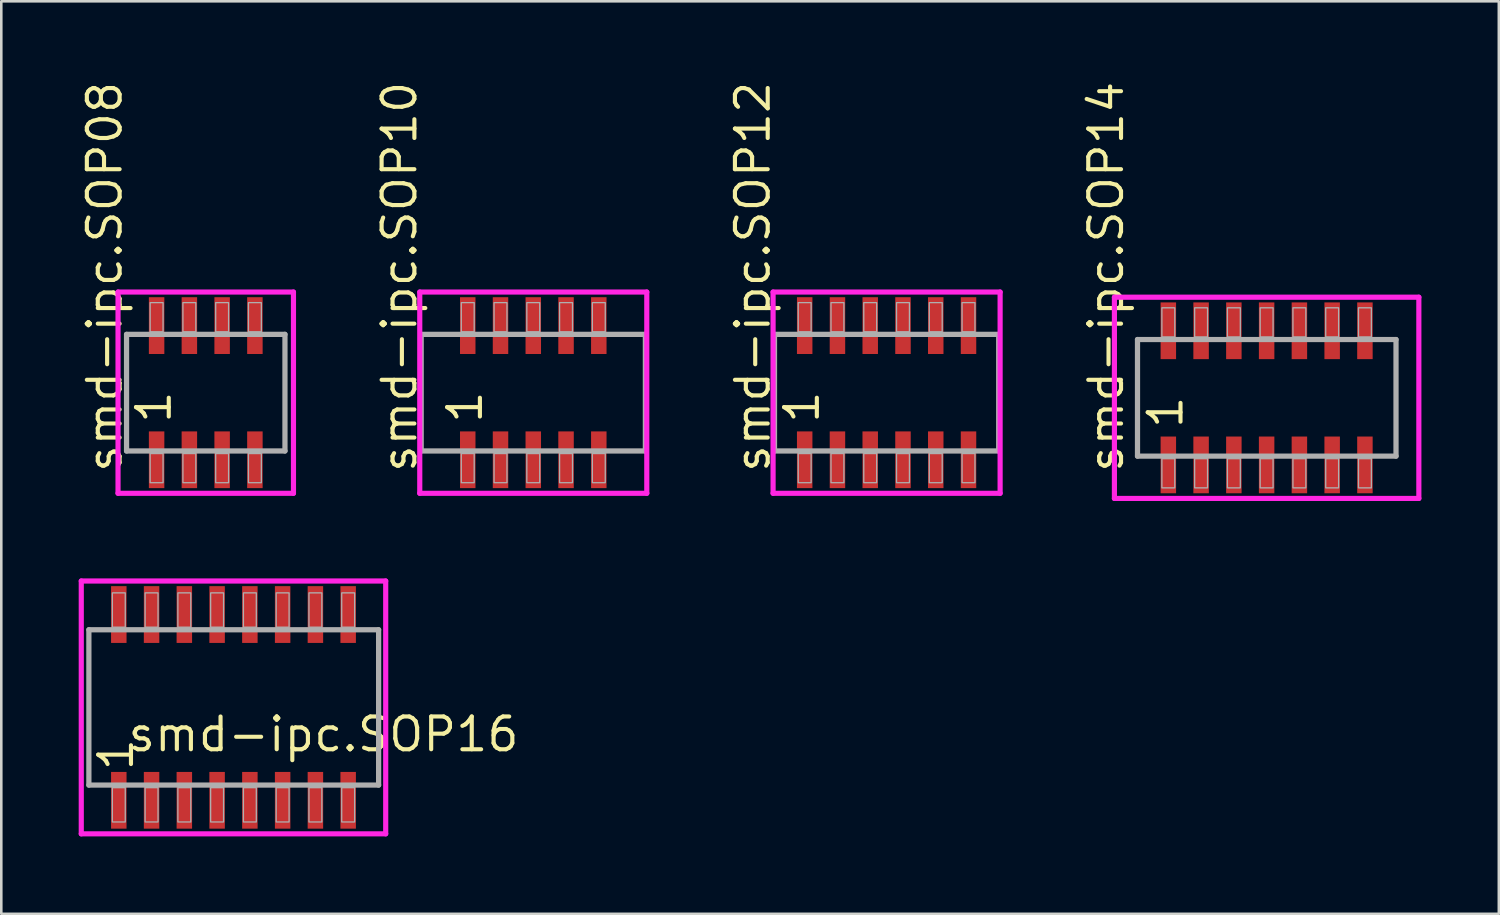
<source format=kicad_pcb>
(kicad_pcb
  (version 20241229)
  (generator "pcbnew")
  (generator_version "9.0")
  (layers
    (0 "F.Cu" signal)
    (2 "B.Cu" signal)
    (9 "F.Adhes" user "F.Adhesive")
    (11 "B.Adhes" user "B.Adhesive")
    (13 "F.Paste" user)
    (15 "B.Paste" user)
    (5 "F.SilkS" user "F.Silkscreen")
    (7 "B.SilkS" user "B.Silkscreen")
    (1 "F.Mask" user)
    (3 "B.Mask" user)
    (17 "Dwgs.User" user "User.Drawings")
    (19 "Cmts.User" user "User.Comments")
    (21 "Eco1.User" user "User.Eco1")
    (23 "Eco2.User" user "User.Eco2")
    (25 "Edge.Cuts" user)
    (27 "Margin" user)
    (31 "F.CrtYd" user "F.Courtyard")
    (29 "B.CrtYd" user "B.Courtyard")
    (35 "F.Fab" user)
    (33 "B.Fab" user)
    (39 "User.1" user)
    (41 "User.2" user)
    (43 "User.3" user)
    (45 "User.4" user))
  (footprint "smd-ipc.SOP16"
    (layer "F.Cu")
    (at 6 24.37)
    (property "Reference" "smd-ipc.SOP16" (at -4.175 1.785 0) (layer "F.SilkS") (effects (font (size 1.27 1.27) (thickness 0.16)) (justify left bottom)))
    (attr smd)
    (fp_line (start -5.9 -4.9) (end 5.9 -4.9) (stroke (width 0.2) (type default)) (layer "F.CrtYd"))
    (fp_line (start -5.9 4.9) (end -5.9 -4.9) (stroke (width 0.2) (type default)) (layer "F.CrtYd"))
    (fp_line (start 5.9 -4.9) (end 5.9 4.9) (stroke (width 0.2) (type default)) (layer "F.CrtYd"))
    (fp_line (start 5.9 4.9) (end -5.9 4.9) (stroke (width 0.2) (type default)) (layer "F.CrtYd"))
    (fp_line (start -5.605 -3.01) (end 5.625 -3.01) (stroke (width 0.203) (type default)) (layer "F.Fab"))
    (fp_line (start -5.605 3.01) (end -5.605 -3.01) (stroke (width 0.203) (type default)) (layer "F.Fab"))
    (fp_line (start 5.625 -3.01) (end 5.625 3.01) (stroke (width 0.203) (type default)) (layer "F.Fab"))
    (fp_line (start 5.625 3.01) (end -5.605 3.01) (stroke (width 0.203) (type default)) (layer "F.Fab"))
    (fp_rect (start -4.695 -3.11) (end -4.195 -4.44) (stroke (width 0.05) (type default)) (fill no) (layer "F.Fab"))
    (fp_rect (start -4.695 4.44) (end -4.195 3.11) (stroke (width 0.05) (type default)) (fill no) (layer "F.Fab"))
    (fp_rect (start -3.425 -3.11) (end -2.925 -4.44) (stroke (width 0.05) (type default)) (fill no) (layer "F.Fab"))
    (fp_rect (start -3.425 4.44) (end -2.925 3.11) (stroke (width 0.05) (type default)) (fill no) (layer "F.Fab"))
    (fp_rect (start -2.155 -3.11) (end -1.655 -4.44) (stroke (width 0.05) (type default)) (fill no) (layer "F.Fab"))
    (fp_rect (start -2.155 4.44) (end -1.655 3.11) (stroke (width 0.05) (type default)) (fill no) (layer "F.Fab"))
    (fp_rect (start -0.885 -3.11) (end -0.385 -4.44) (stroke (width 0.05) (type default)) (fill no) (layer "F.Fab"))
    (fp_rect (start -0.885 4.44) (end -0.385 3.11) (stroke (width 0.05) (type default)) (fill no) (layer "F.Fab"))
    (fp_rect (start 0.385 -3.11) (end 0.885 -4.44) (stroke (width 0.05) (type default)) (fill no) (layer "F.Fab"))
    (fp_rect (start 0.385 4.44) (end 0.885 3.11) (stroke (width 0.05) (type default)) (fill no) (layer "F.Fab"))
    (fp_rect (start 1.655 -3.11) (end 2.155 -4.44) (stroke (width 0.05) (type default)) (fill no) (layer "F.Fab"))
    (fp_rect (start 1.655 4.44) (end 2.155 3.11) (stroke (width 0.05) (type default)) (fill no) (layer "F.Fab"))
    (fp_rect (start 2.925 -3.11) (end 3.425 -4.44) (stroke (width 0.05) (type default)) (fill no) (layer "F.Fab"))
    (fp_rect (start 2.925 4.44) (end 3.425 3.11) (stroke (width 0.05) (type default)) (fill no) (layer "F.Fab"))
    (fp_rect (start 4.195 -3.11) (end 4.695 -4.44) (stroke (width 0.05) (type default)) (fill no) (layer "F.Fab"))
    (fp_rect (start 4.195 4.44) (end 4.695 3.11) (stroke (width 0.05) (type default)) (fill no) (layer "F.Fab"))
    (fp_text user "1" (at -3.81 2.54 90) (layer "F.SilkS") (effects (font (size 1.27 1.27) (thickness 0.16)) (justify left bottom)))
    (pad "1" smd roundrect (at -4.445 3.6) (size 0.6 2.2) (layers "F.Cu" "F.Mask" "F.Paste") (roundrect_rratio 0.01))
    (pad "2" smd roundrect (at -3.175 3.6) (size 0.6 2.2) (layers "F.Cu" "F.Mask" "F.Paste") (roundrect_rratio 0.01))
    (pad "3" smd roundrect (at -1.905 3.6) (size 0.6 2.2) (layers "F.Cu" "F.Mask" "F.Paste") (roundrect_rratio 0.01))
    (pad "4" smd roundrect (at -0.635 3.6) (size 0.6 2.2) (layers "F.Cu" "F.Mask" "F.Paste") (roundrect_rratio 0.01))
    (pad "5" smd roundrect (at 0.635 3.6) (size 0.6 2.2) (layers "F.Cu" "F.Mask" "F.Paste") (roundrect_rratio 0.01))
    (pad "6" smd roundrect (at 1.905 3.6) (size 0.6 2.2) (layers "F.Cu" "F.Mask" "F.Paste") (roundrect_rratio 0.01))
    (pad "7" smd roundrect (at 3.175 3.6) (size 0.6 2.2) (layers "F.Cu" "F.Mask" "F.Paste") (roundrect_rratio 0.01))
    (pad "8" smd roundrect (at 4.445 3.6) (size 0.6 2.2) (layers "F.Cu" "F.Mask" "F.Paste") (roundrect_rratio 0.01))
    (pad "9" smd roundrect (at 4.445 -3.6) (size 0.6 2.2) (layers "F.Cu" "F.Mask" "F.Paste") (roundrect_rratio 0.01))
    (pad "10" smd roundrect (at 3.175 -3.6) (size 0.6 2.2) (layers "F.Cu" "F.Mask" "F.Paste") (roundrect_rratio 0.01))
    (pad "11" smd roundrect (at 1.905 -3.6) (size 0.6 2.2) (layers "F.Cu" "F.Mask" "F.Paste") (roundrect_rratio 0.01))
    (pad "12" smd roundrect (at 0.635 -3.6) (size 0.6 2.2) (layers "F.Cu" "F.Mask" "F.Paste") (roundrect_rratio 0.01))
    (pad "13" smd roundrect (at -0.635 -3.6) (size 0.6 2.2) (layers "F.Cu" "F.Mask" "F.Paste") (roundrect_rratio 0.01))
    (pad "14" smd roundrect (at -1.905 -3.6) (size 0.6 2.2) (layers "F.Cu" "F.Mask" "F.Paste") (roundrect_rratio 0.01))
    (pad "15" smd roundrect (at -3.175 -3.6) (size 0.6 2.2) (layers "F.Cu" "F.Mask" "F.Paste") (roundrect_rratio 0.01))
    (pad "16" smd roundrect (at -4.445 -3.6) (size 0.6 2.2) (layers "F.Cu" "F.Mask" "F.Paste") (roundrect_rratio 0.01)))
  (footprint "smd-ipc.SOP12"
    (layer "F.Cu")
    (at 31.315 12.17)
    (property "Reference" "smd-ipc.SOP12" (at -4.445 3.175 90) (layer "F.SilkS") (effects (font (size 1.27 1.27) (thickness 0.16)) (justify left bottom)))
    (attr smd)
    (fp_line (start -4.4 -3.9) (end 4.4 -3.9) (stroke (width 0.2) (type default)) (layer "F.CrtYd"))
    (fp_line (start -4.4 3.9) (end -4.4 -3.9) (stroke (width 0.2) (type default)) (layer "F.CrtYd"))
    (fp_line (start 4.4 -3.9) (end 4.4 3.9) (stroke (width 0.2) (type default)) (layer "F.CrtYd"))
    (fp_line (start 4.4 3.9) (end -4.4 3.9) (stroke (width 0.2) (type default)) (layer "F.CrtYd"))
    (fp_line (start -4.345 -2.26) (end 4.345 -2.26) (stroke (width 0.203) (type default)) (layer "F.Fab"))
    (fp_line (start -4.345 2.26) (end -4.345 -2.26) (stroke (width 0.203) (type default)) (layer "F.Fab"))
    (fp_line (start 4.345 -2.26) (end 4.345 2.26) (stroke (width 0.203) (type default)) (layer "F.Fab"))
    (fp_line (start 4.345 2.26) (end -4.345 2.26) (stroke (width 0.203) (type default)) (layer "F.Fab"))
    (fp_rect (start -3.425 -2.36) (end -2.925 -3.49) (stroke (width 0.05) (type default)) (fill no) (layer "F.Fab"))
    (fp_rect (start -3.425 3.49) (end -2.925 2.36) (stroke (width 0.05) (type default)) (fill no) (layer "F.Fab"))
    (fp_rect (start -2.155 -2.36) (end -1.655 -3.49) (stroke (width 0.05) (type default)) (fill no) (layer "F.Fab"))
    (fp_rect (start -2.155 3.49) (end -1.655 2.36) (stroke (width 0.05) (type default)) (fill no) (layer "F.Fab"))
    (fp_rect (start -0.885 -2.36) (end -0.385 -3.49) (stroke (width 0.05) (type default)) (fill no) (layer "F.Fab"))
    (fp_rect (start -0.885 3.49) (end -0.385 2.36) (stroke (width 0.05) (type default)) (fill no) (layer "F.Fab"))
    (fp_rect (start 0.385 -2.36) (end 0.885 -3.49) (stroke (width 0.05) (type default)) (fill no) (layer "F.Fab"))
    (fp_rect (start 0.385 3.49) (end 0.885 2.36) (stroke (width 0.05) (type default)) (fill no) (layer "F.Fab"))
    (fp_rect (start 1.655 -2.36) (end 2.155 -3.49) (stroke (width 0.05) (type default)) (fill no) (layer "F.Fab"))
    (fp_rect (start 1.655 3.49) (end 2.155 2.36) (stroke (width 0.05) (type default)) (fill no) (layer "F.Fab"))
    (fp_rect (start 2.925 -2.36) (end 3.425 -3.49) (stroke (width 0.05) (type default)) (fill no) (layer "F.Fab"))
    (fp_rect (start 2.925 3.49) (end 3.425 2.36) (stroke (width 0.05) (type default)) (fill no) (layer "F.Fab"))
    (fp_text user "1" (at -2.54 1.27 90) (layer "F.SilkS") (effects (font (size 1.27 1.27) (thickness 0.16)) (justify left bottom)))
    (pad "1" smd roundrect (at -3.175 2.6) (size 0.6 2.2) (layers "F.Cu" "F.Mask" "F.Paste") (roundrect_rratio 0.01))
    (pad "2" smd roundrect (at -1.905 2.6) (size 0.6 2.2) (layers "F.Cu" "F.Mask" "F.Paste") (roundrect_rratio 0.01))
    (pad "3" smd roundrect (at -0.635 2.6) (size 0.6 2.2) (layers "F.Cu" "F.Mask" "F.Paste") (roundrect_rratio 0.01))
    (pad "4" smd roundrect (at 0.635 2.6) (size 0.6 2.2) (layers "F.Cu" "F.Mask" "F.Paste") (roundrect_rratio 0.01))
    (pad "5" smd roundrect (at 1.905 2.6) (size 0.6 2.2) (layers "F.Cu" "F.Mask" "F.Paste") (roundrect_rratio 0.01))
    (pad "6" smd roundrect (at 3.175 2.6) (size 0.6 2.2) (layers "F.Cu" "F.Mask" "F.Paste") (roundrect_rratio 0.01))
    (pad "7" smd roundrect (at 3.175 -2.6) (size 0.6 2.2) (layers "F.Cu" "F.Mask" "F.Paste") (roundrect_rratio 0.01))
    (pad "8" smd roundrect (at 1.905 -2.6) (size 0.6 2.2) (layers "F.Cu" "F.Mask" "F.Paste") (roundrect_rratio 0.01))
    (pad "9" smd roundrect (at 0.635 -2.6) (size 0.6 2.2) (layers "F.Cu" "F.Mask" "F.Paste") (roundrect_rratio 0.01))
    (pad "10" smd roundrect (at -0.635 -2.6) (size 0.6 2.2) (layers "F.Cu" "F.Mask" "F.Paste") (roundrect_rratio 0.01))
    (pad "11" smd roundrect (at -1.905 -2.6) (size 0.6 2.2) (layers "F.Cu" "F.Mask" "F.Paste") (roundrect_rratio 0.01))
    (pad "12" smd roundrect (at -3.175 -2.6) (size 0.6 2.2) (layers "F.Cu" "F.Mask" "F.Paste") (roundrect_rratio 0.01)))
  (footprint "smd-ipc.SOP14"
    (layer "F.Cu")
    (at 46.045 12.37)
    (property "Reference" "smd-ipc.SOP14" (at -5.48 2.975 90) (layer "F.SilkS") (effects (font (size 1.27 1.27) (thickness 0.16)) (justify left bottom)))
    (attr smd)
    (fp_line (start -5.9 -3.9) (end 5.9 -3.9) (stroke (width 0.2) (type default)) (layer "F.CrtYd"))
    (fp_line (start -5.9 3.9) (end -5.9 -3.9) (stroke (width 0.2) (type default)) (layer "F.CrtYd"))
    (fp_line (start 5.9 -3.9) (end 5.9 3.9) (stroke (width 0.2) (type default)) (layer "F.CrtYd"))
    (fp_line (start 5.9 3.9) (end -5.9 3.9) (stroke (width 0.2) (type default)) (layer "F.CrtYd"))
    (fp_line (start -5.005 -2.26) (end 5.015 -2.26) (stroke (width 0.203) (type default)) (layer "F.Fab"))
    (fp_line (start -5.005 2.26) (end -5.005 -2.26) (stroke (width 0.203) (type default)) (layer "F.Fab"))
    (fp_line (start 5.015 -2.26) (end 5.015 2.26) (stroke (width 0.203) (type default)) (layer "F.Fab"))
    (fp_line (start 5.015 2.26) (end -5.005 2.26) (stroke (width 0.203) (type default)) (layer "F.Fab"))
    (fp_rect (start -4.06 -2.36) (end -3.56 -3.49) (stroke (width 0.05) (type default)) (fill no) (layer "F.Fab"))
    (fp_rect (start -4.06 3.49) (end -3.56 2.36) (stroke (width 0.05) (type default)) (fill no) (layer "F.Fab"))
    (fp_rect (start -2.79 -2.36) (end -2.29 -3.49) (stroke (width 0.05) (type default)) (fill no) (layer "F.Fab"))
    (fp_rect (start -2.79 3.49) (end -2.29 2.36) (stroke (width 0.05) (type default)) (fill no) (layer "F.Fab"))
    (fp_rect (start -1.52 -2.36) (end -1.02 -3.49) (stroke (width 0.05) (type default)) (fill no) (layer "F.Fab"))
    (fp_rect (start -1.52 3.49) (end -1.02 2.36) (stroke (width 0.05) (type default)) (fill no) (layer "F.Fab"))
    (fp_rect (start -0.25 -2.36) (end 0.25 -3.49) (stroke (width 0.05) (type default)) (fill no) (layer "F.Fab"))
    (fp_rect (start -0.25 3.49) (end 0.25 2.36) (stroke (width 0.05) (type default)) (fill no) (layer "F.Fab"))
    (fp_rect (start 1.02 -2.36) (end 1.52 -3.49) (stroke (width 0.05) (type default)) (fill no) (layer "F.Fab"))
    (fp_rect (start 1.02 3.49) (end 1.52 2.36) (stroke (width 0.05) (type default)) (fill no) (layer "F.Fab"))
    (fp_rect (start 2.29 -2.36) (end 2.79 -3.49) (stroke (width 0.05) (type default)) (fill no) (layer "F.Fab"))
    (fp_rect (start 2.29 3.49) (end 2.79 2.36) (stroke (width 0.05) (type default)) (fill no) (layer "F.Fab"))
    (fp_rect (start 3.56 -2.36) (end 4.06 -3.49) (stroke (width 0.05) (type default)) (fill no) (layer "F.Fab"))
    (fp_rect (start 3.56 3.49) (end 4.06 2.36) (stroke (width 0.05) (type default)) (fill no) (layer "F.Fab"))
    (fp_text user "1" (at -3.175 1.27 90) (layer "F.SilkS") (effects (font (size 1.27 1.27) (thickness 0.16)) (justify left bottom)))
    (pad "1" smd roundrect (at -3.81 2.6) (size 0.6 2.2) (layers "F.Cu" "F.Mask" "F.Paste") (roundrect_rratio 0.01))
    (pad "2" smd roundrect (at -2.54 2.6) (size 0.6 2.2) (layers "F.Cu" "F.Mask" "F.Paste") (roundrect_rratio 0.01))
    (pad "3" smd roundrect (at -1.27 2.6) (size 0.6 2.2) (layers "F.Cu" "F.Mask" "F.Paste") (roundrect_rratio 0.01))
    (pad "4" smd roundrect (at 0 2.6) (size 0.6 2.2) (layers "F.Cu" "F.Mask" "F.Paste") (roundrect_rratio 0.01))
    (pad "5" smd roundrect (at 1.27 2.6) (size 0.6 2.2) (layers "F.Cu" "F.Mask" "F.Paste") (roundrect_rratio 0.01))
    (pad "6" smd roundrect (at 2.54 2.6) (size 0.6 2.2) (layers "F.Cu" "F.Mask" "F.Paste") (roundrect_rratio 0.01))
    (pad "7" smd roundrect (at 3.81 2.6) (size 0.6 2.2) (layers "F.Cu" "F.Mask" "F.Paste") (roundrect_rratio 0.01))
    (pad "8" smd roundrect (at 3.81 -2.6) (size 0.6 2.2) (layers "F.Cu" "F.Mask" "F.Paste") (roundrect_rratio 0.01))
    (pad "9" smd roundrect (at 2.54 -2.6) (size 0.6 2.2) (layers "F.Cu" "F.Mask" "F.Paste") (roundrect_rratio 0.01))
    (pad "10" smd roundrect (at 1.27 -2.6) (size 0.6 2.2) (layers "F.Cu" "F.Mask" "F.Paste") (roundrect_rratio 0.01))
    (pad "11" smd roundrect (at 0 -2.6) (size 0.6 2.2) (layers "F.Cu" "F.Mask" "F.Paste") (roundrect_rratio 0.01))
    (pad "12" smd roundrect (at -1.27 -2.6) (size 0.6 2.2) (layers "F.Cu" "F.Mask" "F.Paste") (roundrect_rratio 0.01))
    (pad "13" smd roundrect (at -2.54 -2.6) (size 0.6 2.2) (layers "F.Cu" "F.Mask" "F.Paste") (roundrect_rratio 0.01))
    (pad "14" smd roundrect (at -3.81 -2.6) (size 0.6 2.2) (layers "F.Cu" "F.Mask" "F.Paste") (roundrect_rratio 0.01)))
  (footprint "smd-ipc.SOP08"
    (layer "F.Cu")
    (at 4.925 12.17)
    (property "Reference" "smd-ipc.SOP08" (at -3.175 3.175 90) (layer "F.SilkS") (effects (font (size 1.27 1.27) (thickness 0.16)) (justify left bottom)))
    (attr smd)
    (fp_line (start -3.4 -3.9) (end 3.4 -3.9) (stroke (width 0.2) (type default)) (layer "F.CrtYd"))
    (fp_line (start -3.4 3.9) (end -3.4 -3.9) (stroke (width 0.2) (type default)) (layer "F.CrtYd"))
    (fp_line (start 3.4 -3.9) (end 3.4 3.9) (stroke (width 0.2) (type default)) (layer "F.CrtYd"))
    (fp_line (start 3.4 3.9) (end -3.4 3.9) (stroke (width 0.2) (type default)) (layer "F.CrtYd"))
    (fp_line (start -3.07 -2.26) (end 3.07 -2.26) (stroke (width 0.203) (type default)) (layer "F.Fab"))
    (fp_line (start -3.07 2.26) (end -3.07 -2.26) (stroke (width 0.203) (type default)) (layer "F.Fab"))
    (fp_line (start 3.07 -2.26) (end 3.07 2.26) (stroke (width 0.203) (type default)) (layer "F.Fab"))
    (fp_line (start 3.07 2.26) (end -3.07 2.26) (stroke (width 0.203) (type default)) (layer "F.Fab"))
    (fp_rect (start -2.155 -2.36) (end -1.655 -3.49) (stroke (width 0.05) (type default)) (fill no) (layer "F.Fab"))
    (fp_rect (start -2.155 3.49) (end -1.655 2.36) (stroke (width 0.05) (type default)) (fill no) (layer "F.Fab"))
    (fp_rect (start -0.885 -2.36) (end -0.385 -3.49) (stroke (width 0.05) (type default)) (fill no) (layer "F.Fab"))
    (fp_rect (start -0.885 3.49) (end -0.385 2.36) (stroke (width 0.05) (type default)) (fill no) (layer "F.Fab"))
    (fp_rect (start 0.385 -2.36) (end 0.885 -3.49) (stroke (width 0.05) (type default)) (fill no) (layer "F.Fab"))
    (fp_rect (start 0.385 3.49) (end 0.885 2.36) (stroke (width 0.05) (type default)) (fill no) (layer "F.Fab"))
    (fp_rect (start 1.655 -2.36) (end 2.155 -3.49) (stroke (width 0.05) (type default)) (fill no) (layer "F.Fab"))
    (fp_rect (start 1.655 3.49) (end 2.155 2.36) (stroke (width 0.05) (type default)) (fill no) (layer "F.Fab"))
    (fp_text user "1" (at -1.27 1.27 90) (layer "F.SilkS") (effects (font (size 1.27 1.27) (thickness 0.16)) (justify left bottom)))
    (pad "1" smd roundrect (at -1.905 2.6) (size 0.6 2.2) (layers "F.Cu" "F.Mask" "F.Paste") (roundrect_rratio 0.01))
    (pad "2" smd roundrect (at -0.635 2.6) (size 0.6 2.2) (layers "F.Cu" "F.Mask" "F.Paste") (roundrect_rratio 0.01))
    (pad "3" smd roundrect (at 0.635 2.6) (size 0.6 2.2) (layers "F.Cu" "F.Mask" "F.Paste") (roundrect_rratio 0.01))
    (pad "4" smd roundrect (at 1.905 2.6) (size 0.6 2.2) (layers "F.Cu" "F.Mask" "F.Paste") (roundrect_rratio 0.01))
    (pad "5" smd roundrect (at 1.905 -2.6) (size 0.6 2.2) (layers "F.Cu" "F.Mask" "F.Paste") (roundrect_rratio 0.01))
    (pad "6" smd roundrect (at 0.635 -2.6) (size 0.6 2.2) (layers "F.Cu" "F.Mask" "F.Paste") (roundrect_rratio 0.01))
    (pad "7" smd roundrect (at -0.635 -2.6) (size 0.6 2.2) (layers "F.Cu" "F.Mask" "F.Paste") (roundrect_rratio 0.01))
    (pad "8" smd roundrect (at -1.905 -2.6) (size 0.6 2.2) (layers "F.Cu" "F.Mask" "F.Paste") (roundrect_rratio 0.01)))
  (footprint "smd-ipc.SOP10"
    (layer "F.Cu")
    (at 17.62 12.17)
    (property "Reference" "smd-ipc.SOP10" (at -4.445 3.175 90) (layer "F.SilkS") (effects (font (size 1.27 1.27) (thickness 0.16)) (justify left bottom)))
    (attr smd)
    (fp_line (start -4.4 -3.9) (end 4.4 -3.9) (stroke (width 0.2) (type default)) (layer "F.CrtYd"))
    (fp_line (start -4.4 3.9) (end -4.4 -3.9) (stroke (width 0.2) (type default)) (layer "F.CrtYd"))
    (fp_line (start 4.4 -3.9) (end 4.4 3.9) (stroke (width 0.2) (type default)) (layer "F.CrtYd"))
    (fp_line (start 4.4 3.9) (end -4.4 3.9) (stroke (width 0.2) (type default)) (layer "F.CrtYd"))
    (fp_line (start -4.345 -2.26) (end 4.345 -2.26) (stroke (width 0.203) (type default)) (layer "F.Fab"))
    (fp_line (start -4.345 2.26) (end -4.345 -2.26) (stroke (width 0.203) (type default)) (layer "F.Fab"))
    (fp_line (start 4.345 -2.26) (end 4.345 2.26) (stroke (width 0.203) (type default)) (layer "F.Fab"))
    (fp_line (start 4.345 2.26) (end -4.345 2.26) (stroke (width 0.203) (type default)) (layer "F.Fab"))
    (fp_rect (start -2.79 -2.36) (end -2.29 -3.49) (stroke (width 0.05) (type default)) (fill no) (layer "F.Fab"))
    (fp_rect (start -2.79 3.49) (end -2.29 2.36) (stroke (width 0.05) (type default)) (fill no) (layer "F.Fab"))
    (fp_rect (start -1.52 -2.36) (end -1.02 -3.49) (stroke (width 0.05) (type default)) (fill no) (layer "F.Fab"))
    (fp_rect (start -1.52 3.49) (end -1.02 2.36) (stroke (width 0.05) (type default)) (fill no) (layer "F.Fab"))
    (fp_rect (start -0.25 -2.36) (end 0.25 -3.49) (stroke (width 0.05) (type default)) (fill no) (layer "F.Fab"))
    (fp_rect (start -0.25 3.49) (end 0.25 2.36) (stroke (width 0.05) (type default)) (fill no) (layer "F.Fab"))
    (fp_rect (start 1.02 -2.36) (end 1.52 -3.49) (stroke (width 0.05) (type default)) (fill no) (layer "F.Fab"))
    (fp_rect (start 1.02 3.49) (end 1.52 2.36) (stroke (width 0.05) (type default)) (fill no) (layer "F.Fab"))
    (fp_rect (start 2.29 -2.36) (end 2.79 -3.49) (stroke (width 0.05) (type default)) (fill no) (layer "F.Fab"))
    (fp_rect (start 2.29 3.49) (end 2.79 2.36) (stroke (width 0.05) (type default)) (fill no) (layer "F.Fab"))
    (fp_text user "1" (at -1.905 1.27 90) (layer "F.SilkS") (effects (font (size 1.27 1.27) (thickness 0.16)) (justify left bottom)))
    (pad "1" smd roundrect (at -2.54 2.6) (size 0.6 2.2) (layers "F.Cu" "F.Mask" "F.Paste") (roundrect_rratio 0.01))
    (pad "2" smd roundrect (at -1.27 2.6) (size 0.6 2.2) (layers "F.Cu" "F.Mask" "F.Paste") (roundrect_rratio 0.01))
    (pad "3" smd roundrect (at 0 2.6) (size 0.6 2.2) (layers "F.Cu" "F.Mask" "F.Paste") (roundrect_rratio 0.01))
    (pad "4" smd roundrect (at 1.27 2.6) (size 0.6 2.2) (layers "F.Cu" "F.Mask" "F.Paste") (roundrect_rratio 0.01))
    (pad "5" smd roundrect (at 2.54 2.6) (size 0.6 2.2) (layers "F.Cu" "F.Mask" "F.Paste") (roundrect_rratio 0.01))
    (pad "6" smd roundrect (at 2.54 -2.6) (size 0.6 2.2) (layers "F.Cu" "F.Mask" "F.Paste") (roundrect_rratio 0.01))
    (pad "7" smd roundrect (at 1.27 -2.6) (size 0.6 2.2) (layers "F.Cu" "F.Mask" "F.Paste") (roundrect_rratio 0.01))
    (pad "8" smd roundrect (at 0 -2.6) (size 0.6 2.2) (layers "F.Cu" "F.Mask" "F.Paste") (roundrect_rratio 0.01))
    (pad "9" smd roundrect (at -1.27 -2.6) (size 0.6 2.2) (layers "F.Cu" "F.Mask" "F.Paste") (roundrect_rratio 0.01))
    (pad "10" smd roundrect (at -2.54 -2.6) (size 0.6 2.2) (layers "F.Cu" "F.Mask" "F.Paste") (roundrect_rratio 0.01)))
  (gr_rect
    (start -3 -3)
    (end 55.045 32.37)
    (stroke (width 0.1) (type default))
    (fill no)
    (layer "Edge.Cuts")))
</source>
